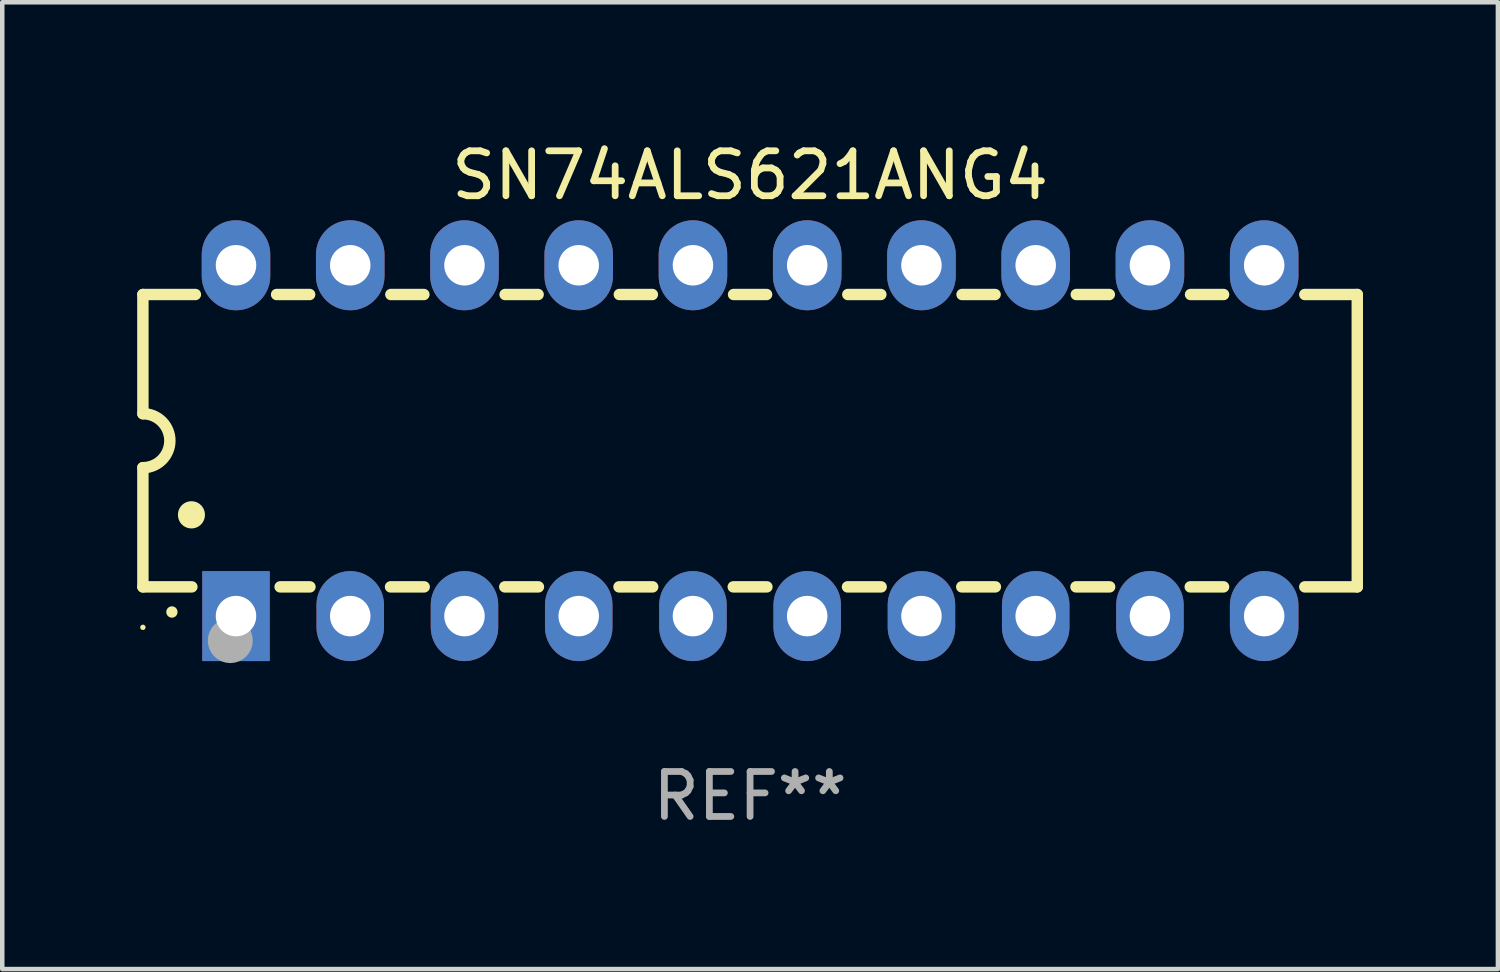
<source format=kicad_pcb>
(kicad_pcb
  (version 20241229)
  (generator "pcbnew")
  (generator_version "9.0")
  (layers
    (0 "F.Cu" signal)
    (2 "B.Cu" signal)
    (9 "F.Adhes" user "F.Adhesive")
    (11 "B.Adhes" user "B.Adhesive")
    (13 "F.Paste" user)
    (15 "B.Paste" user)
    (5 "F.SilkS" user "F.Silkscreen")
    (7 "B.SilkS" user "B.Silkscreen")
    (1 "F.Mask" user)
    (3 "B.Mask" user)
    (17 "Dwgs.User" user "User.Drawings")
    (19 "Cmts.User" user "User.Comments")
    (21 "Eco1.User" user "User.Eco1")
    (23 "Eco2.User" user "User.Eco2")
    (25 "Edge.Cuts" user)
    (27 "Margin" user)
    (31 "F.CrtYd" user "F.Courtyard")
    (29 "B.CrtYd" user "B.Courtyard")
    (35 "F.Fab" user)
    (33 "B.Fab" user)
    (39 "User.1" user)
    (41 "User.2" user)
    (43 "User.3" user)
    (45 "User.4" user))
  (footprint "SN74ALS621ANG4"
    (layer "F.Cu")
    (at 13.627 6.748)
    (property "Reference" "SN74ALS621ANG4" (at 0 -5.9 0) (layer "F.SilkS") (effects (font (size 1 1) (thickness 0.15))))
    (attr through_hole)
    (fp_line (start -13.5 -3.25) (end -12.333 -3.25) (stroke (width 0.254) (type solid)) (layer "F.SilkS"))
    (fp_line (start -13.5 -0.6) (end -13.5 -3.25) (stroke (width 0.254) (type solid)) (layer "F.SilkS"))
    (fp_line (start -13.5 3.25) (end -13.5 0.6) (stroke (width 0.254) (type solid)) (layer "F.SilkS"))
    (fp_line (start -13.5 3.25) (end -12.411 3.25) (stroke (width 0.254) (type solid)) (layer "F.SilkS"))
    (fp_line (start -10.527 -3.25) (end -9.793 -3.25) (stroke (width 0.254) (type solid)) (layer "F.SilkS"))
    (fp_line (start -10.449 3.25) (end -9.786 3.25) (stroke (width 0.254) (type solid)) (layer "F.SilkS"))
    (fp_line (start -7.994 3.25) (end -7.246 3.25) (stroke (width 0.254) (type solid)) (layer "F.SilkS"))
    (fp_line (start -7.987 -3.25) (end -7.253 -3.25) (stroke (width 0.254) (type solid)) (layer "F.SilkS"))
    (fp_line (start -5.454 3.25) (end -4.706 3.25) (stroke (width 0.254) (type solid)) (layer "F.SilkS"))
    (fp_line (start -5.447 -3.25) (end -4.713 -3.25) (stroke (width 0.254) (type solid)) (layer "F.SilkS"))
    (fp_line (start -2.914 3.25) (end -2.166 3.25) (stroke (width 0.254) (type solid)) (layer "F.SilkS"))
    (fp_line (start -2.907 -3.25) (end -2.173 -3.25) (stroke (width 0.254) (type solid)) (layer "F.SilkS"))
    (fp_line (start -0.374 3.25) (end 0.374 3.25) (stroke (width 0.254) (type solid)) (layer "F.SilkS"))
    (fp_line (start -0.367 -3.25) (end 0.367 -3.25) (stroke (width 0.254) (type solid)) (layer "F.SilkS"))
    (fp_line (start 2.166 3.25) (end 2.914 3.25) (stroke (width 0.254) (type solid)) (layer "F.SilkS"))
    (fp_line (start 2.173 -3.25) (end 2.907 -3.25) (stroke (width 0.254) (type solid)) (layer "F.SilkS"))
    (fp_line (start 4.706 3.25) (end 5.454 3.25) (stroke (width 0.254) (type solid)) (layer "F.SilkS"))
    (fp_line (start 4.713 -3.25) (end 5.447 -3.25) (stroke (width 0.254) (type solid)) (layer "F.SilkS"))
    (fp_line (start 7.246 3.25) (end 7.994 3.25) (stroke (width 0.254) (type solid)) (layer "F.SilkS"))
    (fp_line (start 7.253 -3.25) (end 7.987 -3.25) (stroke (width 0.254) (type solid)) (layer "F.SilkS"))
    (fp_line (start 9.786 3.25) (end 10.527 3.25) (stroke (width 0.254) (type solid)) (layer "F.SilkS"))
    (fp_line (start 9.793 -3.25) (end 10.527 -3.25) (stroke (width 0.254) (type solid)) (layer "F.SilkS"))
    (fp_line (start 12.333 -3.25) (end 13.5 -3.25) (stroke (width 0.254) (type solid)) (layer "F.SilkS"))
    (fp_line (start 12.333 3.25) (end 13.5 3.25) (stroke (width 0.254) (type solid)) (layer "F.SilkS"))
    (fp_line (start 13.5 -3.25) (end 13.5 3.25) (stroke (width 0.254) (type solid)) (layer "F.SilkS"))
    (fp_arc (start -13.500127 -0.599442) (mid -12.900406 0.000228) (end -13.500025 0.6) (stroke (width 0.254001) (type solid)) (layer "F.SilkS"))
    (fp_arc (start -12.854966 3.810008) (mid -12.854973 3.808738) (end -12.854966 3.807468) (stroke (width 0.25) (type solid)) (layer "F.SilkS"))
    (fp_arc (start -12.420625 1.651003) (mid -12.420636 1.648463) (end -12.420625 1.645923) (stroke (width 0.6) (type solid)) (layer "F.SilkS"))
    (fp_circle (center -13.5 4.15) (end -13.47 4.15) (stroke (width 0.06) (type solid)) (fill no) (layer "F.SilkS"))
    (fp_circle (center -11.557 4.445) (end -11.307 4.445) (stroke (width 0.5) (type solid)) (fill no) (layer "F.Fab"))
    (fp_text user "REF**" (at 0 7.9 0) (layer "F.Fab") (effects (font (size 1 1) (thickness 0.15))))
    (pad "1" thru_hole rect (at -11.43 3.9 90) (size 2 1.5) (drill 0.9) (layers "*.Cu" "*.Mask"))
    (pad "2" thru_hole oval (at -8.89 3.9 90) (size 2 1.5) (drill 0.9) (layers "*.Cu" "*.Mask"))
    (pad "3" thru_hole oval (at -6.35 3.9 90) (size 2 1.5) (drill 0.9) (layers "*.Cu" "*.Mask"))
    (pad "4" thru_hole oval (at -3.81 3.9 90) (size 2 1.5) (drill 0.9) (layers "*.Cu" "*.Mask"))
    (pad "5" thru_hole oval (at -1.27 3.9 90) (size 2 1.5) (drill 0.9) (layers "*.Cu" "*.Mask"))
    (pad "6" thru_hole oval (at 1.27 3.9 90) (size 2 1.5) (drill 0.9) (layers "*.Cu" "*.Mask"))
    (pad "7" thru_hole oval (at 3.81 3.9 90) (size 2 1.5) (drill 0.9) (layers "*.Cu" "*.Mask"))
    (pad "8" thru_hole oval (at 6.35 3.9 90) (size 2 1.5) (drill 0.9) (layers "*.Cu" "*.Mask"))
    (pad "9" thru_hole oval (at 8.89 3.9 90) (size 2 1.5) (drill 0.9) (layers "*.Cu" "*.Mask"))
    (pad "10" thru_hole oval (at 11.43 3.9 90) (size 2 1.524) (drill 0.9) (layers "*.Cu" "*.Mask"))
    (pad "11" thru_hole oval (at 11.43 -3.9 90) (size 2 1.524) (drill 0.9) (layers "*.Cu" "*.Mask"))
    (pad "12" thru_hole oval (at 8.89 -3.9 90) (size 2 1.524) (drill 0.9) (layers "*.Cu" "*.Mask"))
    (pad "13" thru_hole oval (at 6.35 -3.9 90) (size 2 1.524) (drill 0.9) (layers "*.Cu" "*.Mask"))
    (pad "14" thru_hole oval (at 3.81 -3.9 90) (size 2 1.524) (drill 0.9) (layers "*.Cu" "*.Mask"))
    (pad "15" thru_hole oval (at 1.27 -3.9 90) (size 2 1.524) (drill 0.9) (layers "*.Cu" "*.Mask"))
    (pad "16" thru_hole oval (at -1.27 -3.9 90) (size 2 1.524) (drill 0.9) (layers "*.Cu" "*.Mask"))
    (pad "17" thru_hole oval (at -3.81 -3.9 90) (size 2 1.524) (drill 0.9) (layers "*.Cu" "*.Mask"))
    (pad "18" thru_hole oval (at -6.35 -3.9 90) (size 2 1.524) (drill 0.9) (layers "*.Cu" "*.Mask"))
    (pad "19" thru_hole oval (at -8.89 -3.9 90) (size 2 1.524) (drill 0.9) (layers "*.Cu" "*.Mask"))
    (pad "20" thru_hole oval (at -11.43 -3.9 90) (size 2 1.524) (drill 0.9) (layers "*.Cu" "*.Mask")))
  (gr_rect
    (start -3 -3)
    (end 30.254 18.496)
    (stroke (width 0.1) (type default))
    (fill no)
    (layer "Edge.Cuts")))
</source>
